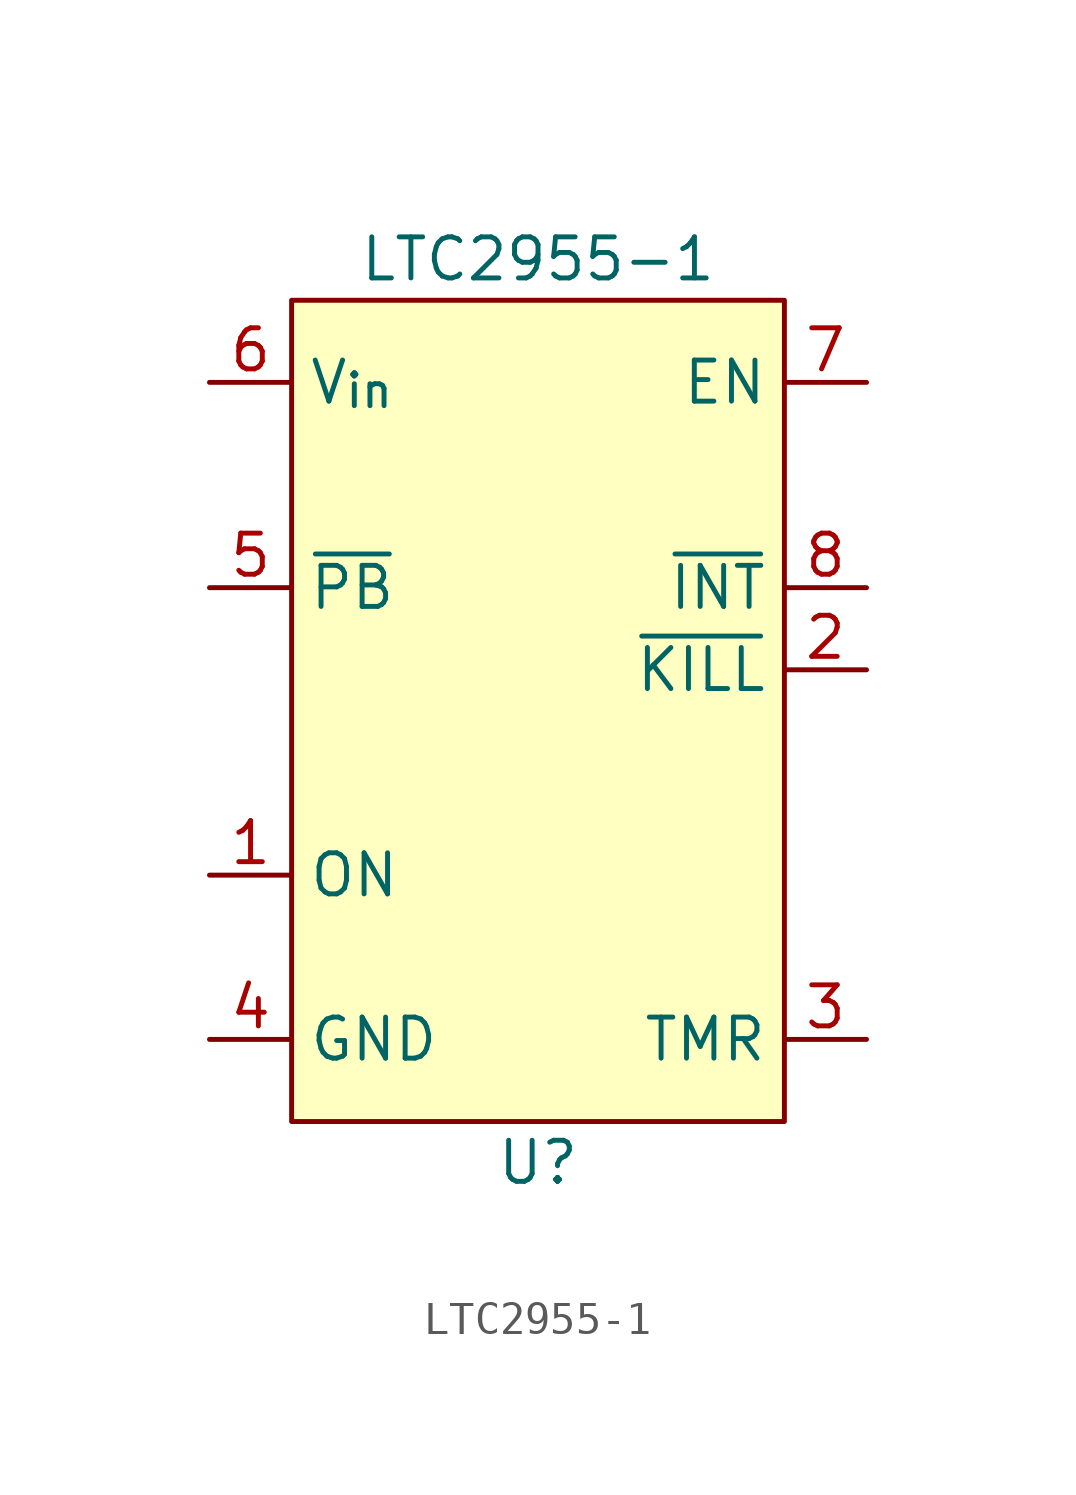
<source format=kicad_sym>
(kicad_symbol_lib
  (version 20220914)
  (generator kicad_symbol_editor)
  (symbol "LTC2955-1"
    (property "Reference" "U"
      (at 0 -13.97 0)
      (effects (font (size 1.27 1.27))))
    (property "Value" "LTC2955-1"
      (at 0 13.97 0)
      (effects (font (size 1.27 1.27))))
    (symbol "LTC2955-1_1_1"
      (rectangle (start -7.62 12.7) (end 7.62 -12.7) (stroke (width 0) (type default)) (fill (type background)))
      (pin input line (at -10.16 -5.08 0) (length 2.54) (name "ON" (effects (font (size 1.27 1.27)))) (number "1" (effects (font (size 1.27 1.27)))))
      (pin input line (at 10.16 1.27 180) (length 2.54) (name "~{KILL}" (effects (font (size 1.27 1.27)))) (number "2" (effects (font (size 1.27 1.27)))))
      (pin bidirectional line (at 10.16 -10.16 180) (length 2.54) (name "TMR" (effects (font (size 1.27 1.27)))) (number "3" (effects (font (size 1.27 1.27)))))
      (pin power_in line (at -10.16 -10.16 0) (length 2.54) (name "GND" (effects (font (size 1.27 1.27)))) (number "4" (effects (font (size 1.27 1.27)))))
      (pin input line (at -10.16 3.81 0) (length 2.54) (name "~{PB}" (effects (font (size 1.27 1.27)))) (number "5" (effects (font (size 1.27 1.27)))))
      (pin power_in line (at -10.16 10.16 0) (length 2.54) (name "V_{in}" (effects (font (size 1.27 1.27)))) (number "6" (effects (font (size 1.27 1.27)))))
      (pin power_out line (at 10.16 10.16 180) (length 2.54) (name "EN" (effects (font (size 1.27 1.27)))) (number "7" (effects (font (size 1.27 1.27)))))
      (pin output line (at 10.16 3.81 180) (length 2.54) (name "~{INT}" (effects (font (size 1.27 1.27)))) (number "8" (effects (font (size 1.27 1.27))))))))
</source>
